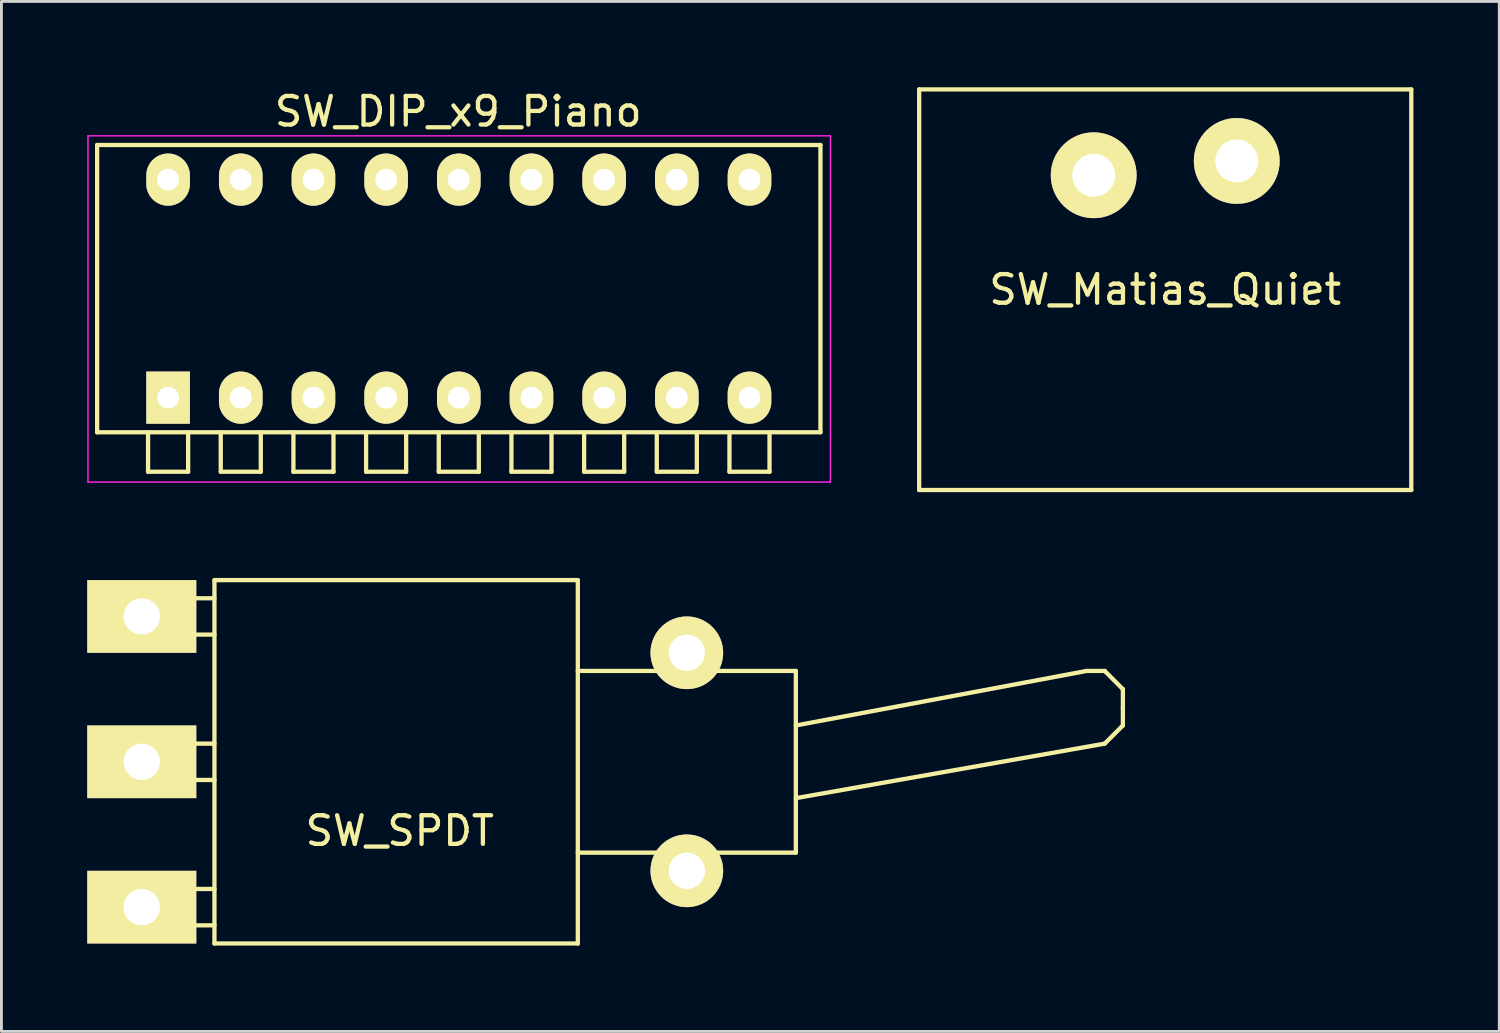
<source format=kicad_pcb>
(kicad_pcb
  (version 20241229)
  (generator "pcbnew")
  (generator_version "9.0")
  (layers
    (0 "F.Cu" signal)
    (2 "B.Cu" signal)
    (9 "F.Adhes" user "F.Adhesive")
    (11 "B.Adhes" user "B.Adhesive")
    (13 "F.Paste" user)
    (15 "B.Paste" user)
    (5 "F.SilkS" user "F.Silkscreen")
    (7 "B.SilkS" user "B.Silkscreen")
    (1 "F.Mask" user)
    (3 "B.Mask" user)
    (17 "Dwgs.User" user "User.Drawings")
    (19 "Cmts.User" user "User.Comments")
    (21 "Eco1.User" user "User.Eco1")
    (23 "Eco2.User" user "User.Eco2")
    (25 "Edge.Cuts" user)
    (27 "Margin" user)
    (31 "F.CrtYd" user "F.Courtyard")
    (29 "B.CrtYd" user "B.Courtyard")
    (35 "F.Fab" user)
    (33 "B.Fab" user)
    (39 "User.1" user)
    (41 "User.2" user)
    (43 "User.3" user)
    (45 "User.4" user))
  (footprint "SW_SPDT"
    (layer "F.Cu")
    (at 1.905 23.575)
    (property "Reference" "SW_SPDT" (at 9.017 2.413 180) (layer "F.SilkS") (effects (font (size 1 1) (thickness 0.15))))
    (attr through_hole)
    (fp_line (start -1.27 -5.715) (end -1.27 -5.08) (stroke (width 0.15) (type solid)) (layer "F.SilkS"))
    (fp_line (start -1.27 -5.715) (end 2.54 -5.715) (stroke (width 0.15) (type solid)) (layer "F.SilkS"))
    (fp_line (start -1.27 -5.08) (end -1.27 -4.445) (stroke (width 0.15) (type solid)) (layer "F.SilkS"))
    (fp_line (start -1.27 -4.445) (end 2.54 -4.445) (stroke (width 0.15) (type solid)) (layer "F.SilkS"))
    (fp_line (start -1.27 -0.635) (end -1.27 0.635) (stroke (width 0.15) (type solid)) (layer "F.SilkS"))
    (fp_line (start -1.27 0.635) (end 2.54 0.635) (stroke (width 0.15) (type solid)) (layer "F.SilkS"))
    (fp_line (start -1.27 4.445) (end -1.27 5.715) (stroke (width 0.15) (type solid)) (layer "F.SilkS"))
    (fp_line (start -1.27 5.715) (end 2.54 5.715) (stroke (width 0.15) (type solid)) (layer "F.SilkS"))
    (fp_line (start 2.54 -6.35) (end 2.54 6.35) (stroke (width 0.15) (type solid)) (layer "F.SilkS"))
    (fp_line (start 2.54 -0.635) (end -1.27 -0.635) (stroke (width 0.15) (type solid)) (layer "F.SilkS"))
    (fp_line (start 2.54 4.445) (end -1.27 4.445) (stroke (width 0.15) (type solid)) (layer "F.SilkS"))
    (fp_line (start 2.54 6.35) (end 15.24 6.35) (stroke (width 0.15) (type solid)) (layer "F.SilkS"))
    (fp_line (start 15.24 -6.35) (end 2.54 -6.35) (stroke (width 0.15) (type solid)) (layer "F.SilkS"))
    (fp_line (start 15.24 -3.175) (end 22.86 -3.175) (stroke (width 0.15) (type solid)) (layer "F.SilkS"))
    (fp_line (start 15.24 6.35) (end 15.24 -6.35) (stroke (width 0.15) (type solid)) (layer "F.SilkS"))
    (fp_line (start 22.86 -3.175) (end 22.86 3.175) (stroke (width 0.15) (type solid)) (layer "F.SilkS"))
    (fp_line (start 22.86 -1.27) (end 33.02 -3.175) (stroke (width 0.15) (type solid)) (layer "F.SilkS"))
    (fp_line (start 22.86 3.175) (end 15.24 3.175) (stroke (width 0.15) (type solid)) (layer "F.SilkS"))
    (fp_line (start 33.02 -3.175) (end 33.655 -3.175) (stroke (width 0.15) (type solid)) (layer "F.SilkS"))
    (fp_line (start 33.655 -3.175) (end 34.29 -2.54) (stroke (width 0.15) (type solid)) (layer "F.SilkS"))
    (fp_line (start 33.655 -0.635) (end 22.86 1.27) (stroke (width 0.15) (type solid)) (layer "F.SilkS"))
    (fp_line (start 34.29 -2.54) (end 34.29 -1.905) (stroke (width 0.15) (type solid)) (layer "F.SilkS"))
    (fp_line (start 34.29 -1.905) (end 34.29 -1.27) (stroke (width 0.15) (type solid)) (layer "F.SilkS"))
    (fp_line (start 34.29 -1.27) (end 33.655 -0.635) (stroke (width 0.15) (type solid)) (layer "F.SilkS"))
    (pad "1" thru_hole rect (at 0 -5.08) (size 3.81 2.54) (drill 1.27) (layers "*.Cu" "*.Mask" "F.SilkS"))
    (pad "2" thru_hole rect (at 0 0) (size 3.81 2.54) (drill 1.27) (layers "*.Cu" "*.Mask" "F.SilkS"))
    (pad "3" thru_hole rect (at 0 5.08) (size 3.81 2.54) (drill 1.27) (layers "*.Cu" "*.Mask" "F.SilkS"))
    (pad "H1" thru_hole circle (at 19.05 -3.81) (size 2.54 2.54) (drill 1.27) (layers "*.Cu" "*.Mask" "F.SilkS"))
    (pad "H2" thru_hole circle (at 19.05 3.81) (size 2.54 2.54) (drill 1.27) (layers "*.Cu" "*.Mask" "F.SilkS")))
  (footprint "SW_DIP_x9_Piano"
    (layer "F.Cu")
    (at 2.825 10.848)
    (property "Reference" "SW_DIP_x9_Piano" (at 10.14 -10 0) (layer "F.SilkS") (effects (font (size 1 1) (thickness 0.15))))
    (attr through_hole)
    (fp_line (start -2.48 -8.83) (end 22.8 -8.83) (stroke (width 0.15) (type solid)) (layer "F.SilkS"))
    (fp_line (start -2.48 1.21) (end -2.48 -8.83) (stroke (width 0.15) (type solid)) (layer "F.SilkS"))
    (fp_line (start -0.7 1.22) (end -0.7 2.59) (stroke (width 0.15) (type solid)) (layer "F.SilkS"))
    (fp_line (start -0.7 2.59) (end 0.7 2.59) (stroke (width 0.15) (type solid)) (layer "F.SilkS"))
    (fp_line (start 0.7 2.59) (end 0.7 1.22) (stroke (width 0.15) (type solid)) (layer "F.SilkS"))
    (fp_line (start 1.84 1.22) (end 1.84 2.59) (stroke (width 0.15) (type solid)) (layer "F.SilkS"))
    (fp_line (start 1.84 2.59) (end 3.24 2.59) (stroke (width 0.15) (type solid)) (layer "F.SilkS"))
    (fp_line (start 3.24 2.59) (end 3.24 1.22) (stroke (width 0.15) (type solid)) (layer "F.SilkS"))
    (fp_line (start 4.38 1.22) (end 4.38 2.59) (stroke (width 0.15) (type solid)) (layer "F.SilkS"))
    (fp_line (start 4.38 2.59) (end 5.78 2.59) (stroke (width 0.15) (type solid)) (layer "F.SilkS"))
    (fp_line (start 5.78 2.59) (end 5.78 1.22) (stroke (width 0.15) (type solid)) (layer "F.SilkS"))
    (fp_line (start 6.92 1.22) (end 6.92 2.59) (stroke (width 0.15) (type solid)) (layer "F.SilkS"))
    (fp_line (start 6.92 2.59) (end 8.32 2.59) (stroke (width 0.15) (type solid)) (layer "F.SilkS"))
    (fp_line (start 8.32 2.59) (end 8.32 1.22) (stroke (width 0.15) (type solid)) (layer "F.SilkS"))
    (fp_line (start 9.46 1.22) (end 9.46 2.59) (stroke (width 0.15) (type solid)) (layer "F.SilkS"))
    (fp_line (start 9.46 2.59) (end 10.86 2.59) (stroke (width 0.15) (type solid)) (layer "F.SilkS"))
    (fp_line (start 10.86 2.59) (end 10.86 1.22) (stroke (width 0.15) (type solid)) (layer "F.SilkS"))
    (fp_line (start 12 1.22) (end 12 2.59) (stroke (width 0.15) (type solid)) (layer "F.SilkS"))
    (fp_line (start 12 2.59) (end 13.4 2.59) (stroke (width 0.15) (type solid)) (layer "F.SilkS"))
    (fp_line (start 13.4 2.59) (end 13.4 1.22) (stroke (width 0.15) (type solid)) (layer "F.SilkS"))
    (fp_line (start 14.54 1.22) (end 14.54 2.59) (stroke (width 0.15) (type solid)) (layer "F.SilkS"))
    (fp_line (start 14.54 2.59) (end 15.94 2.59) (stroke (width 0.15) (type solid)) (layer "F.SilkS"))
    (fp_line (start 15.94 2.59) (end 15.94 1.22) (stroke (width 0.15) (type solid)) (layer "F.SilkS"))
    (fp_line (start 17.08 1.22) (end 17.08 2.59) (stroke (width 0.15) (type solid)) (layer "F.SilkS"))
    (fp_line (start 17.08 2.59) (end 18.48 2.59) (stroke (width 0.15) (type solid)) (layer "F.SilkS"))
    (fp_line (start 18.48 2.59) (end 18.48 1.22) (stroke (width 0.15) (type solid)) (layer "F.SilkS"))
    (fp_line (start 19.62 1.22) (end 19.62 2.59) (stroke (width 0.15) (type solid)) (layer "F.SilkS"))
    (fp_line (start 19.62 2.59) (end 21.02 2.59) (stroke (width 0.15) (type solid)) (layer "F.SilkS"))
    (fp_line (start 21.02 2.59) (end 21.02 1.22) (stroke (width 0.15) (type solid)) (layer "F.SilkS"))
    (fp_line (start 22.8 -8.83) (end 22.8 1.21) (stroke (width 0.15) (type solid)) (layer "F.SilkS"))
    (fp_line (start 22.8 1.21) (end -2.48 1.21) (stroke (width 0.15) (type solid)) (layer "F.SilkS"))
    (fp_line (start -2.8 -9.15) (end -2.8 2.95) (stroke (width 0.05) (type solid)) (layer "F.CrtYd"))
    (fp_line (start -2.8 2.95) (end 23.15 2.95) (stroke (width 0.05) (type solid)) (layer "F.CrtYd"))
    (fp_line (start 23.15 -9.15) (end -2.8 -9.15) (stroke (width 0.05) (type solid)) (layer "F.CrtYd"))
    (fp_line (start 23.15 2.95) (end 23.15 -9.15) (stroke (width 0.05) (type solid)) (layer "F.CrtYd"))
    (pad "1" thru_hole rect (at 0 0) (size 1.524 1.824) (drill 0.762) (layers "*.Cu" "*.Mask" "F.SilkS"))
    (pad "2" thru_hole oval (at 2.54 0) (size 1.524 1.824) (drill 0.762) (layers "*.Cu" "*.Mask" "F.SilkS"))
    (pad "3" thru_hole oval (at 5.08 0) (size 1.524 1.824) (drill 0.762) (layers "*.Cu" "*.Mask" "F.SilkS"))
    (pad "4" thru_hole oval (at 7.62 0) (size 1.524 1.824) (drill 0.762) (layers "*.Cu" "*.Mask" "F.SilkS"))
    (pad "5" thru_hole oval (at 10.16 0) (size 1.524 1.824) (drill 0.762) (layers "*.Cu" "*.Mask" "F.SilkS"))
    (pad "6" thru_hole oval (at 12.7 0) (size 1.524 1.824) (drill 0.762) (layers "*.Cu" "*.Mask" "F.SilkS"))
    (pad "7" thru_hole oval (at 15.24 0) (size 1.524 1.824) (drill 0.762) (layers "*.Cu" "*.Mask" "F.SilkS"))
    (pad "8" thru_hole oval (at 17.78 0) (size 1.524 1.824) (drill 0.762) (layers "*.Cu" "*.Mask" "F.SilkS"))
    (pad "9" thru_hole oval (at 20.32 0) (size 1.524 1.824) (drill 0.762) (layers "*.Cu" "*.Mask" "F.SilkS"))
    (pad "10" thru_hole oval (at 20.32 -7.62) (size 1.524 1.824) (drill 0.762) (layers "*.Cu" "*.Mask" "F.SilkS"))
    (pad "11" thru_hole oval (at 17.78 -7.62) (size 1.524 1.824) (drill 0.762) (layers "*.Cu" "*.Mask" "F.SilkS"))
    (pad "12" thru_hole oval (at 15.24 -7.62) (size 1.524 1.824) (drill 0.762) (layers "*.Cu" "*.Mask" "F.SilkS"))
    (pad "13" thru_hole oval (at 12.7 -7.62) (size 1.524 1.824) (drill 0.762) (layers "*.Cu" "*.Mask" "F.SilkS"))
    (pad "14" thru_hole oval (at 10.16 -7.62) (size 1.524 1.824) (drill 0.762) (layers "*.Cu" "*.Mask" "F.SilkS"))
    (pad "15" thru_hole oval (at 7.62 -7.62) (size 1.524 1.824) (drill 0.762) (layers "*.Cu" "*.Mask" "F.SilkS"))
    (pad "16" thru_hole oval (at 5.08 -7.62) (size 1.524 1.824) (drill 0.762) (layers "*.Cu" "*.Mask" "F.SilkS"))
    (pad "17" thru_hole oval (at 2.54 -7.62) (size 1.524 1.824) (drill 0.762) (layers "*.Cu" "*.Mask" "F.SilkS"))
    (pad "18" thru_hole oval (at 0 -7.62) (size 1.524 1.824) (drill 0.762) (layers "*.Cu" "*.Mask" "F.SilkS")))
  (footprint "SW_Matias_Quiet"
    (layer "F.Cu")
    (at 35.175 3.075)
    (property "Reference" "SW_Matias_Quiet" (at 2.5 4 0) (layer "F.SilkS") (effects (font (size 1 1) (thickness 0.15))))
    (attr through_hole)
    (fp_line (start -6.1 -3) (end 11.1 -3) (stroke (width 0.15) (type solid)) (layer "F.SilkS"))
    (fp_line (start -6.1 11) (end -6.1 -3) (stroke (width 0.15) (type solid)) (layer "F.SilkS"))
    (fp_line (start 11.1 -3) (end 11.1 11) (stroke (width 0.15) (type solid)) (layer "F.SilkS"))
    (fp_line (start 11.1 11) (end -6.1 11) (stroke (width 0.15) (type solid)) (layer "F.SilkS"))
    (pad "1" thru_hole circle (at 0 0) (size 3 3) (drill 1.5) (layers "*.Cu" "*.Mask" "F.SilkS"))
    (pad "2" thru_hole circle (at 5 -0.5) (size 3 3) (drill 1.5) (layers "*.Cu" "*.Mask" "F.SilkS")))
  (gr_rect
    (start -3 -3)
    (end 49.35 33)
    (stroke (width 0.1) (type default))
    (fill no)
    (layer "Edge.Cuts")))
</source>
